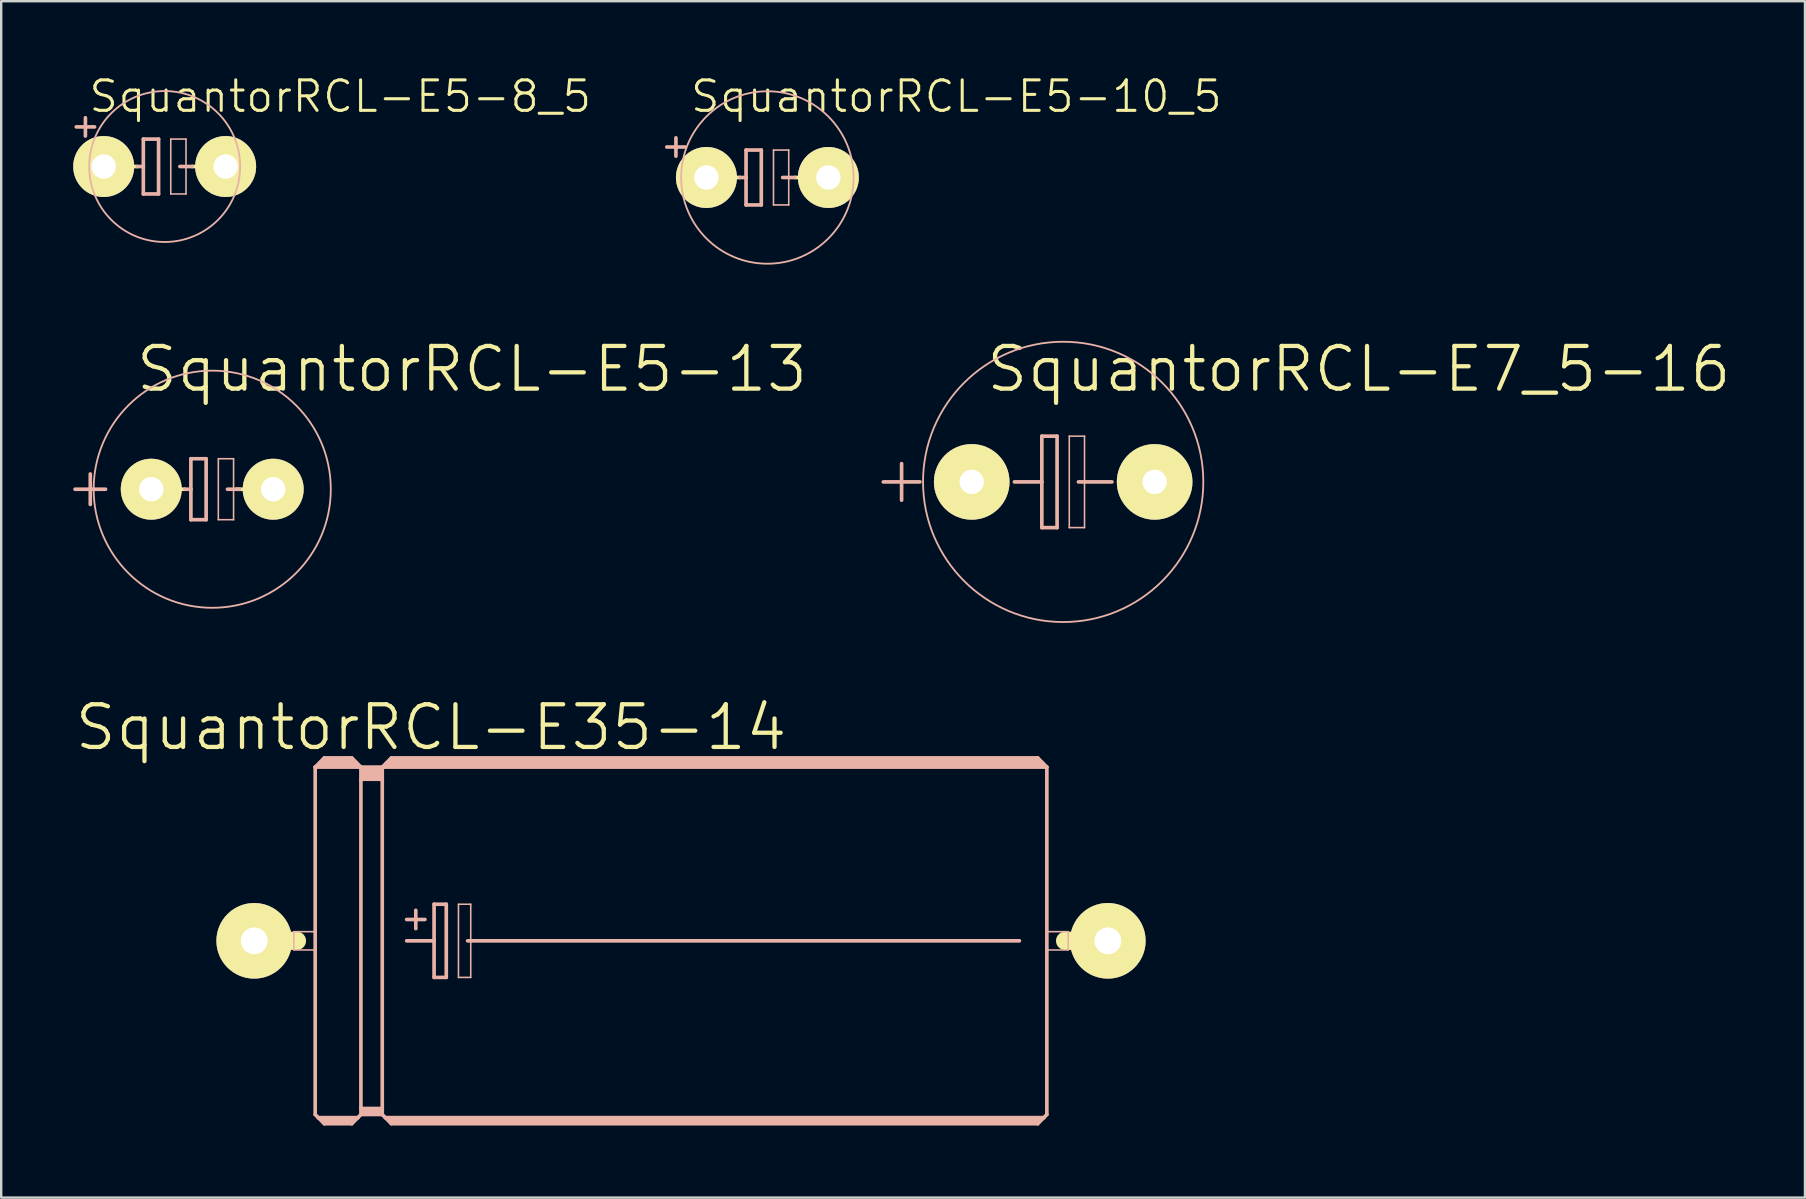
<source format=kicad_pcb>
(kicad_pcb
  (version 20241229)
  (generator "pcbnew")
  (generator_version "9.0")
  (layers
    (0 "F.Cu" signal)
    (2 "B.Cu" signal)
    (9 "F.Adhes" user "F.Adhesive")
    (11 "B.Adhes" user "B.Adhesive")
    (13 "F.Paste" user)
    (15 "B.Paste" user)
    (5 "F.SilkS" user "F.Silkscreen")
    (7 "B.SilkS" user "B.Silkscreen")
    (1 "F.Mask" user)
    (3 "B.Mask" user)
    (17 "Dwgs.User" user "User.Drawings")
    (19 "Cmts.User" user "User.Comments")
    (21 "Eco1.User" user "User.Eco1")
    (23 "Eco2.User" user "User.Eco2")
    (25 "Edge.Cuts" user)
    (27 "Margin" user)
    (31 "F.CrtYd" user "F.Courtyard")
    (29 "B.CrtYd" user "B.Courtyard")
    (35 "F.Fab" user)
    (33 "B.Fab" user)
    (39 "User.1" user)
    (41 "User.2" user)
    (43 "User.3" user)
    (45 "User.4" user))
  (footprint "SquantorRCL-E5-8_5"
    (layer "F.Cu")
    (at 3.81 3.887)
    (property "Reference" "SquantorRCL-E5-8_5" (at 7.315 -2.921 0) (layer "F.SilkS") (effects (font (size 1.27 1.27) (thickness 0.127))))
    (attr exclude_from_pos_files exclude_from_bom)
    (fp_line (start -1.651 0) (end -1.143 0) (stroke (width 0.152) (type solid)) (layer "F.SilkS"))
    (fp_line (start 1.143 0) (end 1.651 0) (stroke (width 0.152) (type solid)) (layer "F.SilkS"))
    (fp_line (start -3.683 -1.651) (end -2.921 -1.651) (stroke (width 0.152) (type solid)) (layer "B.SilkS"))
    (fp_line (start -3.302 -2.032) (end -3.302 -1.27) (stroke (width 0.152) (type solid)) (layer "B.SilkS"))
    (fp_line (start -1.143 0) (end -0.889 0) (stroke (width 0.152) (type solid)) (layer "B.SilkS"))
    (fp_line (start -0.889 -1.143) (end -0.889 0) (stroke (width 0.152) (type solid)) (layer "B.SilkS"))
    (fp_line (start -0.889 0) (end -0.889 1.143) (stroke (width 0.152) (type solid)) (layer "B.SilkS"))
    (fp_line (start -0.889 1.143) (end -0.254 1.143) (stroke (width 0.152) (type solid)) (layer "B.SilkS"))
    (fp_line (start -0.254 -1.143) (end -0.889 -1.143) (stroke (width 0.152) (type solid)) (layer "B.SilkS"))
    (fp_line (start -0.254 1.143) (end -0.254 -1.143) (stroke (width 0.152) (type solid)) (layer "B.SilkS"))
    (fp_line (start 0.254 -1.143) (end 0.889 -1.143) (stroke (width 0.066) (type solid)) (layer "B.SilkS"))
    (fp_line (start 0.254 1.143) (end 0.254 -1.143) (stroke (width 0.066) (type solid)) (layer "B.SilkS"))
    (fp_line (start 0.254 1.143) (end 0.889 1.143) (stroke (width 0.066) (type solid)) (layer "B.SilkS"))
    (fp_line (start 0.635 0) (end 1.143 0) (stroke (width 0.152) (type solid)) (layer "B.SilkS"))
    (fp_line (start 0.889 1.143) (end 0.889 -1.143) (stroke (width 0.066) (type solid)) (layer "B.SilkS"))
    (fp_circle (center 0 0) (end -2.223 2.223) (stroke (width 0.076) (type solid)) (fill no) (layer "B.SilkS"))
    (pad "+" thru_hole circle (at -2.54 0) (size 2.54 2.54) (drill 1.016) (layers "*.Cu" "F.Mask" "F.SilkS" "F.Paste"))
    (pad "-" thru_hole circle (at 2.54 0) (size 2.54 2.54) (drill 1.016) (layers "*.Cu" "F.Mask" "F.SilkS" "F.Paste")))
  (footprint "SquantorRCL-E35-14"
    (layer "F.Cu")
    (at 25.32 36.143)
    (property "Reference" "SquantorRCL-E35-14" (at -10.414 -8.89 0) (layer "F.SilkS") (effects (font (size 1.778 1.778) (thickness 0.178))))
    (attr exclude_from_pos_files exclude_from_bom)
    (fp_line (start -17.78 0) (end -16.002 0) (stroke (width 0.762) (type solid)) (layer "F.SilkS"))
    (fp_line (start 17.78 0) (end 16.002 0) (stroke (width 0.762) (type solid)) (layer "F.SilkS"))
    (fp_line (start -16.129 -0.381) (end -15.24 -0.381) (stroke (width 0.066) (type solid)) (layer "B.SilkS"))
    (fp_line (start -16.129 0.381) (end -16.129 -0.381) (stroke (width 0.066) (type solid)) (layer "B.SilkS"))
    (fp_line (start -16.129 0.381) (end -15.24 0.381) (stroke (width 0.066) (type solid)) (layer "B.SilkS"))
    (fp_line (start -15.24 -7.236) (end -15.24 7.236) (stroke (width 0.152) (type solid)) (layer "B.SilkS"))
    (fp_line (start -15.24 -7.236) (end -14.859 -7.62) (stroke (width 0.152) (type solid)) (layer "B.SilkS"))
    (fp_line (start -15.24 -7.236) (end -13.335 -7.236) (stroke (width 0.152) (type solid)) (layer "B.SilkS"))
    (fp_line (start -15.24 0.381) (end -15.24 -0.381) (stroke (width 0.066) (type solid)) (layer "B.SilkS"))
    (fp_line (start -15.24 7.236) (end -15.113 7.366) (stroke (width 0.152) (type solid)) (layer "B.SilkS"))
    (fp_line (start -15.113 7.366) (end -14.859 7.62) (stroke (width 0.152) (type solid)) (layer "B.SilkS"))
    (fp_line (start -15.113 7.366) (end -13.462 7.366) (stroke (width 0.152) (type solid)) (layer "B.SilkS"))
    (fp_line (start -14.986 -7.366) (end -13.589 -7.366) (stroke (width 0.305) (type solid)) (layer "B.SilkS"))
    (fp_line (start -14.859 -7.62) (end -13.716 -7.62) (stroke (width 0.152) (type solid)) (layer "B.SilkS"))
    (fp_line (start -14.859 -7.493) (end -13.716 -7.493) (stroke (width 0.305) (type solid)) (layer "B.SilkS"))
    (fp_line (start -14.859 7.493) (end -13.716 7.493) (stroke (width 0.305) (type solid)) (layer "B.SilkS"))
    (fp_line (start -14.859 7.62) (end -13.716 7.62) (stroke (width 0.152) (type solid)) (layer "B.SilkS"))
    (fp_line (start -13.462 7.366) (end -13.716 7.62) (stroke (width 0.152) (type solid)) (layer "B.SilkS"))
    (fp_line (start -13.335 -7.236) (end -13.716 -7.62) (stroke (width 0.152) (type solid)) (layer "B.SilkS"))
    (fp_line (start -13.335 -7.236) (end -13.335 -6.731) (stroke (width 0.152) (type solid)) (layer "B.SilkS"))
    (fp_line (start -13.335 -7.236) (end -12.446 -7.236) (stroke (width 0.152) (type solid)) (layer "B.SilkS"))
    (fp_line (start -13.335 -6.731) (end -13.335 6.985) (stroke (width 0.152) (type solid)) (layer "B.SilkS"))
    (fp_line (start -13.335 -6.731) (end -12.446 -6.731) (stroke (width 0.152) (type solid)) (layer "B.SilkS"))
    (fp_line (start -13.335 6.985) (end -13.335 7.236) (stroke (width 0.152) (type solid)) (layer "B.SilkS"))
    (fp_line (start -13.335 6.985) (end -12.446 6.985) (stroke (width 0.152) (type solid)) (layer "B.SilkS"))
    (fp_line (start -13.335 7.236) (end -13.462 7.366) (stroke (width 0.152) (type solid)) (layer "B.SilkS"))
    (fp_line (start -13.335 7.236) (end -12.446 7.236) (stroke (width 0.152) (type solid)) (layer "B.SilkS"))
    (fp_line (start -13.208 -7.112) (end -12.573 -7.112) (stroke (width 0.305) (type solid)) (layer "B.SilkS"))
    (fp_line (start -13.208 -6.858) (end -12.573 -6.858) (stroke (width 0.305) (type solid)) (layer "B.SilkS"))
    (fp_line (start -13.208 7.112) (end -12.573 7.112) (stroke (width 0.305) (type solid)) (layer "B.SilkS"))
    (fp_line (start -12.446 -7.236) (end -12.446 -6.731) (stroke (width 0.152) (type solid)) (layer "B.SilkS"))
    (fp_line (start -12.446 -7.236) (end -12.065 -7.62) (stroke (width 0.152) (type solid)) (layer "B.SilkS"))
    (fp_line (start -12.446 -7.236) (end 15.24 -7.236) (stroke (width 0.152) (type solid)) (layer "B.SilkS"))
    (fp_line (start -12.446 -6.731) (end -12.446 6.985) (stroke (width 0.152) (type solid)) (layer "B.SilkS"))
    (fp_line (start -12.446 6.985) (end -12.446 7.236) (stroke (width 0.152) (type solid)) (layer "B.SilkS"))
    (fp_line (start -12.319 7.366) (end -12.446 7.236) (stroke (width 0.152) (type solid)) (layer "B.SilkS"))
    (fp_line (start -12.319 7.366) (end 15.113 7.366) (stroke (width 0.152) (type solid)) (layer "B.SilkS"))
    (fp_line (start -12.192 -7.366) (end 14.986 -7.366) (stroke (width 0.305) (type solid)) (layer "B.SilkS"))
    (fp_line (start -12.065 -7.493) (end 14.859 -7.493) (stroke (width 0.305) (type solid)) (layer "B.SilkS"))
    (fp_line (start -12.065 7.493) (end 14.859 7.493) (stroke (width 0.305) (type solid)) (layer "B.SilkS"))
    (fp_line (start -12.065 7.62) (end -12.319 7.366) (stroke (width 0.152) (type solid)) (layer "B.SilkS"))
    (fp_line (start -11.43 -0.889) (end -10.668 -0.889) (stroke (width 0.152) (type solid)) (layer "B.SilkS"))
    (fp_line (start -11.43 0) (end -10.287 0) (stroke (width 0.152) (type solid)) (layer "B.SilkS"))
    (fp_line (start -11.049 -1.27) (end -11.049 -0.508) (stroke (width 0.152) (type solid)) (layer "B.SilkS"))
    (fp_line (start -10.287 -1.524) (end -10.287 0) (stroke (width 0.152) (type solid)) (layer "B.SilkS"))
    (fp_line (start -10.287 0) (end -10.287 1.524) (stroke (width 0.152) (type solid)) (layer "B.SilkS"))
    (fp_line (start -10.287 1.524) (end -9.779 1.524) (stroke (width 0.152) (type solid)) (layer "B.SilkS"))
    (fp_line (start -9.779 -1.524) (end -10.287 -1.524) (stroke (width 0.152) (type solid)) (layer "B.SilkS"))
    (fp_line (start -9.779 1.524) (end -9.779 -1.524) (stroke (width 0.152) (type solid)) (layer "B.SilkS"))
    (fp_line (start -9.271 -1.524) (end -8.76 -1.524) (stroke (width 0.066) (type solid)) (layer "B.SilkS"))
    (fp_line (start -9.271 1.524) (end -9.271 -1.524) (stroke (width 0.066) (type solid)) (layer "B.SilkS"))
    (fp_line (start -9.271 1.524) (end -8.76 1.524) (stroke (width 0.066) (type solid)) (layer "B.SilkS"))
    (fp_line (start -8.89 0) (end 14.097 0) (stroke (width 0.152) (type solid)) (layer "B.SilkS"))
    (fp_line (start -8.76 1.524) (end -8.76 -1.524) (stroke (width 0.066) (type solid)) (layer "B.SilkS"))
    (fp_line (start 14.859 -7.62) (end -12.065 -7.62) (stroke (width 0.152) (type solid)) (layer "B.SilkS"))
    (fp_line (start 14.859 7.62) (end -12.065 7.62) (stroke (width 0.152) (type solid)) (layer "B.SilkS"))
    (fp_line (start 15.113 7.366) (end 14.859 7.62) (stroke (width 0.152) (type solid)) (layer "B.SilkS"))
    (fp_line (start 15.24 -7.236) (end 14.859 -7.62) (stroke (width 0.152) (type solid)) (layer "B.SilkS"))
    (fp_line (start 15.24 -7.236) (end 15.24 7.236) (stroke (width 0.152) (type solid)) (layer "B.SilkS"))
    (fp_line (start 15.24 -0.381) (end 16.129 -0.381) (stroke (width 0.066) (type solid)) (layer "B.SilkS"))
    (fp_line (start 15.24 0.381) (end 15.24 -0.381) (stroke (width 0.066) (type solid)) (layer "B.SilkS"))
    (fp_line (start 15.24 0.381) (end 16.129 0.381) (stroke (width 0.066) (type solid)) (layer "B.SilkS"))
    (fp_line (start 15.24 7.236) (end 15.113 7.366) (stroke (width 0.152) (type solid)) (layer "B.SilkS"))
    (fp_line (start 16.129 0.381) (end 16.129 -0.381) (stroke (width 0.066) (type solid)) (layer "B.SilkS"))
    (pad "+" thru_hole circle (at -17.78 0) (size 3.15 3.15) (drill 1.118) (layers "*.Cu" "F.Mask" "F.SilkS" "F.Paste"))
    (pad "-" thru_hole circle (at 17.78 0) (size 3.15 3.15) (drill 1.118) (layers "*.Cu" "F.Mask" "F.SilkS" "F.Paste")))
  (footprint "SquantorRCL-E7_5-16"
    (layer "F.Cu")
    (at 41.24 17.025)
    (property "Reference" "SquantorRCL-E7_5-16" (at 12.319 -4.699 0) (layer "F.SilkS") (effects (font (size 1.778 1.778) (thickness 0.178))))
    (attr exclude_from_pos_files exclude_from_bom)
    (fp_line (start -7.493 0) (end -5.969 0) (stroke (width 0.152) (type solid)) (layer "B.SilkS"))
    (fp_line (start -6.731 0.762) (end -6.731 -0.762) (stroke (width 0.152) (type solid)) (layer "B.SilkS"))
    (fp_line (start -0.889 -1.905) (end -0.889 0) (stroke (width 0.152) (type solid)) (layer "B.SilkS"))
    (fp_line (start -0.889 0) (end -2.032 0) (stroke (width 0.152) (type solid)) (layer "B.SilkS"))
    (fp_line (start -0.889 0) (end -0.889 1.905) (stroke (width 0.152) (type solid)) (layer "B.SilkS"))
    (fp_line (start -0.889 1.905) (end -0.254 1.905) (stroke (width 0.152) (type solid)) (layer "B.SilkS"))
    (fp_line (start -0.254 -1.905) (end -0.889 -1.905) (stroke (width 0.152) (type solid)) (layer "B.SilkS"))
    (fp_line (start -0.254 1.905) (end -0.254 -1.905) (stroke (width 0.152) (type solid)) (layer "B.SilkS"))
    (fp_line (start 0.254 -1.905) (end 0.889 -1.905) (stroke (width 0.066) (type solid)) (layer "B.SilkS"))
    (fp_line (start 0.254 1.905) (end 0.254 -1.905) (stroke (width 0.066) (type solid)) (layer "B.SilkS"))
    (fp_line (start 0.254 1.905) (end 0.889 1.905) (stroke (width 0.066) (type solid)) (layer "B.SilkS"))
    (fp_line (start 0.635 0) (end 2.032 0) (stroke (width 0.152) (type solid)) (layer "B.SilkS"))
    (fp_line (start 0.889 1.905) (end 0.889 -1.905) (stroke (width 0.066) (type solid)) (layer "B.SilkS"))
    (fp_circle (center 0 0) (end -4.128 4.128) (stroke (width 0.076) (type solid)) (fill no) (layer "B.SilkS"))
    (pad "+" thru_hole circle (at -3.81 0) (size 3.15 3.15) (drill 1.016) (layers "*.Cu" "F.Mask" "F.SilkS" "F.Paste"))
    (pad "-" thru_hole circle (at 3.81 0) (size 3.15 3.15) (drill 1.016) (layers "*.Cu" "F.Mask" "F.SilkS" "F.Paste")))
  (footprint "SquantorRCL-E5-13"
    (layer "F.Cu")
    (at 5.791 17.33)
    (property "Reference" "SquantorRCL-E5-13" (at 10.82 -5.004 0) (layer "F.SilkS") (effects (font (size 1.778 1.778) (thickness 0.178))))
    (attr exclude_from_pos_files exclude_from_bom)
    (fp_line (start -1.651 0) (end -1.143 0) (stroke (width 0.152) (type solid)) (layer "F.SilkS"))
    (fp_line (start 1.016 0) (end 1.524 0) (stroke (width 0.152) (type solid)) (layer "F.SilkS"))
    (fp_line (start -5.715 0) (end -4.445 0) (stroke (width 0.152) (type solid)) (layer "B.SilkS"))
    (fp_line (start -5.08 0.635) (end -5.08 -0.635) (stroke (width 0.152) (type solid)) (layer "B.SilkS"))
    (fp_line (start -1.143 0) (end -0.889 0) (stroke (width 0.152) (type solid)) (layer "B.SilkS"))
    (fp_line (start -0.889 -1.27) (end -0.889 0) (stroke (width 0.152) (type solid)) (layer "B.SilkS"))
    (fp_line (start -0.889 0) (end -0.889 1.27) (stroke (width 0.152) (type solid)) (layer "B.SilkS"))
    (fp_line (start -0.889 1.27) (end -0.254 1.27) (stroke (width 0.152) (type solid)) (layer "B.SilkS"))
    (fp_line (start -0.254 -1.27) (end -0.889 -1.27) (stroke (width 0.152) (type solid)) (layer "B.SilkS"))
    (fp_line (start -0.254 1.27) (end -0.254 -1.27) (stroke (width 0.152) (type solid)) (layer "B.SilkS"))
    (fp_line (start 0.254 -1.27) (end 0.889 -1.27) (stroke (width 0.066) (type solid)) (layer "B.SilkS"))
    (fp_line (start 0.254 1.27) (end 0.254 -1.27) (stroke (width 0.066) (type solid)) (layer "B.SilkS"))
    (fp_line (start 0.254 1.27) (end 0.889 1.27) (stroke (width 0.066) (type solid)) (layer "B.SilkS"))
    (fp_line (start 0.635 0) (end 1.143 0) (stroke (width 0.152) (type solid)) (layer "B.SilkS"))
    (fp_line (start 0.889 1.27) (end 0.889 -1.27) (stroke (width 0.066) (type solid)) (layer "B.SilkS"))
    (fp_circle (center 0 0) (end -3.493 3.493) (stroke (width 0.076) (type solid)) (fill no) (layer "B.SilkS"))
    (pad "+" thru_hole circle (at -2.54 0) (size 2.54 2.54) (drill 1.016) (layers "*.Cu" "F.Mask" "F.SilkS" "F.Paste"))
    (pad "-" thru_hole circle (at 2.54 0) (size 2.54 2.54) (drill 1.016) (layers "*.Cu" "F.Mask" "F.SilkS" "F.Paste")))
  (footprint "SquantorRCL-E5-10_5"
    (layer "F.Cu")
    (at 28.918 4.344)
    (property "Reference" "SquantorRCL-E5-10_5" (at 7.874 -3.378 0) (layer "F.SilkS") (effects (font (size 1.27 1.27) (thickness 0.127))))
    (attr exclude_from_pos_files exclude_from_bom)
    (fp_line (start -1.651 0) (end -1.143 0) (stroke (width 0.152) (type solid)) (layer "F.SilkS"))
    (fp_line (start 1.143 0) (end 1.651 0) (stroke (width 0.152) (type solid)) (layer "F.SilkS"))
    (fp_line (start -3.81 -1.651) (end -3.81 -0.889) (stroke (width 0.152) (type solid)) (layer "B.SilkS"))
    (fp_line (start -3.429 -1.27) (end -4.191 -1.27) (stroke (width 0.152) (type solid)) (layer "B.SilkS"))
    (fp_line (start -1.143 0) (end -0.889 0) (stroke (width 0.152) (type solid)) (layer "B.SilkS"))
    (fp_line (start -0.889 -1.143) (end -0.889 0) (stroke (width 0.152) (type solid)) (layer "B.SilkS"))
    (fp_line (start -0.889 0) (end -0.889 1.143) (stroke (width 0.152) (type solid)) (layer "B.SilkS"))
    (fp_line (start -0.889 1.143) (end -0.254 1.143) (stroke (width 0.152) (type solid)) (layer "B.SilkS"))
    (fp_line (start -0.254 -1.143) (end -0.889 -1.143) (stroke (width 0.152) (type solid)) (layer "B.SilkS"))
    (fp_line (start -0.254 1.143) (end -0.254 -1.143) (stroke (width 0.152) (type solid)) (layer "B.SilkS"))
    (fp_line (start 0.254 -1.143) (end 0.889 -1.143) (stroke (width 0.066) (type solid)) (layer "B.SilkS"))
    (fp_line (start 0.254 1.143) (end 0.254 -1.143) (stroke (width 0.066) (type solid)) (layer "B.SilkS"))
    (fp_line (start 0.254 1.143) (end 0.889 1.143) (stroke (width 0.066) (type solid)) (layer "B.SilkS"))
    (fp_line (start 0.635 0) (end 1.143 0) (stroke (width 0.152) (type solid)) (layer "B.SilkS"))
    (fp_line (start 0.889 1.143) (end 0.889 -1.143) (stroke (width 0.066) (type solid)) (layer "B.SilkS"))
    (fp_circle (center 0 0) (end -2.54 2.54) (stroke (width 0.076) (type solid)) (fill no) (layer "B.SilkS"))
    (pad "+" thru_hole circle (at -2.54 0) (size 2.54 2.54) (drill 1.016) (layers "*.Cu" "F.Mask" "F.SilkS" "F.Paste"))
    (pad "-" thru_hole circle (at 2.54 0) (size 2.54 2.54) (drill 1.016) (layers "*.Cu" "F.Mask" "F.SilkS" "F.Paste")))
  (gr_rect
    (start -3 -3)
    (end 72.142 46.839)
    (stroke (width 0.1) (type default))
    (fill no)
    (layer "Edge.Cuts")))
</source>
